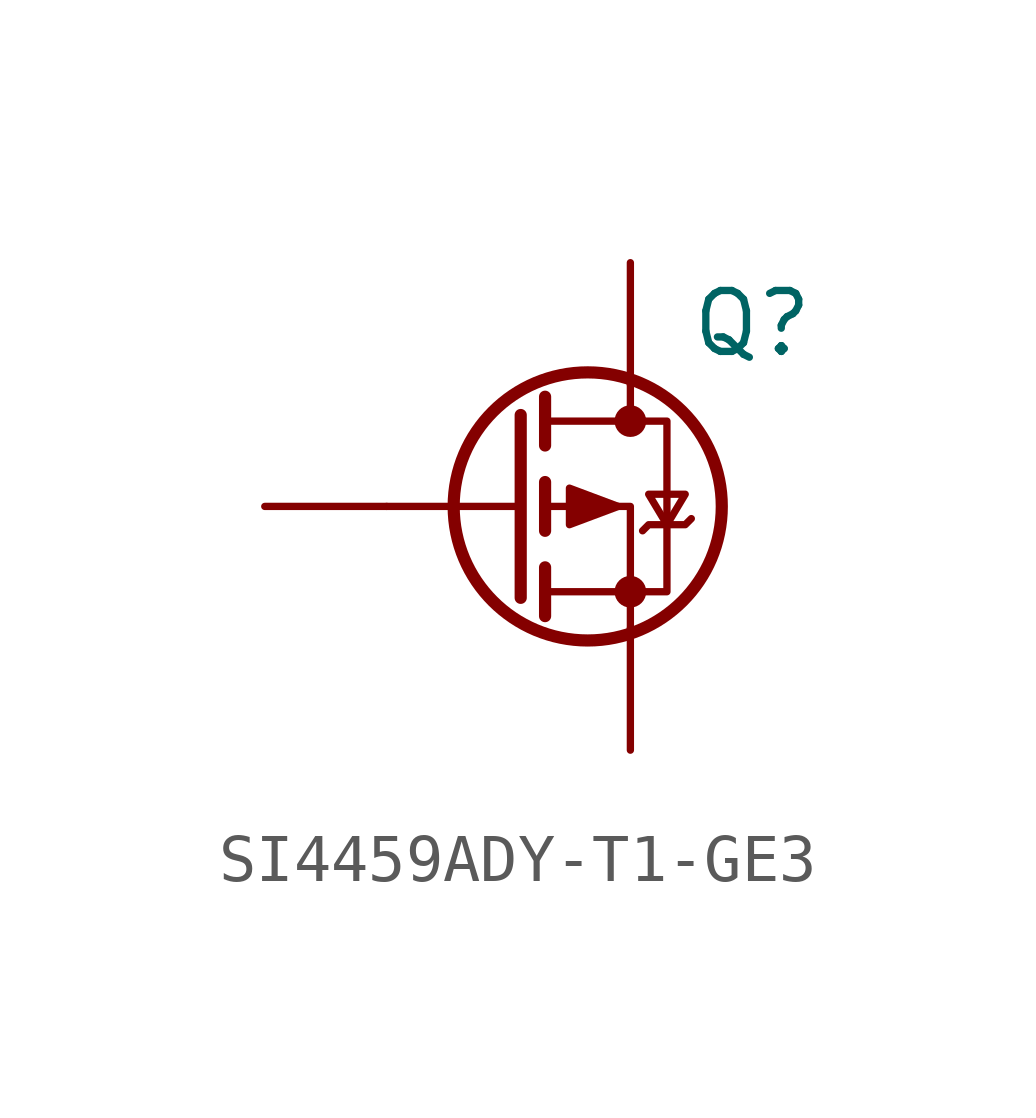
<source format=kicad_sym>
(kicad_symbol_lib
  (version 20220914)
  (generator kicad_symbol_editor)
  (symbol "SI4459ADY-T1-GE3"
    (pin_numbers hide)
    (pin_names hide)
    (property "Reference" "Q"
      (at 2.54 3.81 0)
      (effects (font (size 1.27 1.27))))
    (property "Value" ""
      (at 0 0 0)
      (effects (font (size 1.27 1.27))))
    (symbol "SI4459ADY-T1-GE3_0_1"
      (circle (center -0.889 0) (radius 2.794) (stroke (width 0.254) (type default)) (fill (type none)))
      (circle (center 0 -1.778) (radius 0.254) (stroke (width 0) (type default)) (fill (type outline)))
      (polyline (pts (xy -2.286 0) (xy -5.08 0)) (stroke (width 0) (type default)) (fill (type none)))
      (polyline (pts (xy -2.286 1.905) (xy -2.286 -1.905)) (stroke (width 0.254) (type default)) (fill (type none)))
      (polyline (pts (xy -1.778 -1.27) (xy -1.778 -2.286)) (stroke (width 0.254) (type default)) (fill (type none)))
      (polyline (pts (xy -1.778 0.508) (xy -1.778 -0.508)) (stroke (width 0.254) (type default)) (fill (type none)))
      (polyline (pts (xy -1.778 2.286) (xy -1.778 1.27)) (stroke (width 0.254) (type default)) (fill (type none)))
      (polyline (pts (xy 0 2.54) (xy 0 1.778)) (stroke (width 0) (type default)) (fill (type none)))
      (polyline (pts (xy 0 -2.54) (xy 0 0) (xy -1.778 0)) (stroke (width 0) (type default)) (fill (type none)))
      (polyline (pts (xy -1.778 1.778) (xy 0.762 1.778) (xy 0.762 -1.778) (xy -1.778 -1.778)) (stroke (width 0) (type default)) (fill (type none)))
      (polyline (pts (xy -0.254 0) (xy -1.27 0.381) (xy -1.27 -0.381) (xy -0.254 0)) (stroke (width 0) (type default)) (fill (type outline)))
      (polyline (pts (xy 0.254 -0.508) (xy 0.381 -0.381) (xy 1.143 -0.381) (xy 1.27 -0.254)) (stroke (width 0) (type default)) (fill (type none)))
      (polyline (pts (xy 0.762 -0.381) (xy 0.381 0.254) (xy 1.143 0.254) (xy 0.762 -0.381)) (stroke (width 0) (type default)) (fill (type none)))
      (circle (center 0 1.778) (radius 0.254) (stroke (width 0) (type default)) (fill (type outline))))
    (symbol "SI4459ADY-T1-GE3_1_1"
      (pin passive line (at 0 -5.08 90) (length 2.54) (name "S" (effects (font (size 1.27 1.27)))) (number "1" (effects (font (size 1.27 1.27)))))
      (pin passive line (at 0 -5.08 90) (length 2.54) hide (name "S" (effects (font (size 1.27 1.27)))) (number "2" (effects (font (size 1.27 1.27)))))
      (pin passive line (at 0 -5.08 90) (length 2.54) hide (name "S" (effects (font (size 1.27 1.27)))) (number "3" (effects (font (size 1.27 1.27)))))
      (pin input line (at -7.62 0 0) (length 2.54) (name "G" (effects (font (size 1.27 1.27)))) (number "4" (effects (font (size 1.27 1.27)))))
      (pin passive line (at 0 5.08 270) (length 2.54) (name "D" (effects (font (size 1.27 1.27)))) (number "5" (effects (font (size 1.27 1.27)))))
      (pin passive line (at 0 5.08 270) (length 2.54) hide (name "D" (effects (font (size 1.27 1.27)))) (number "6" (effects (font (size 1.27 1.27)))))
      (pin passive line (at 0 5.08 270) (length 2.54) hide (name "D" (effects (font (size 1.27 1.27)))) (number "7" (effects (font (size 1.27 1.27)))))
      (pin passive line (at 0 5.08 270) (length 2.54) hide (name "D" (effects (font (size 1.27 1.27)))) (number "8" (effects (font (size 1.27 1.27))))))))
</source>
